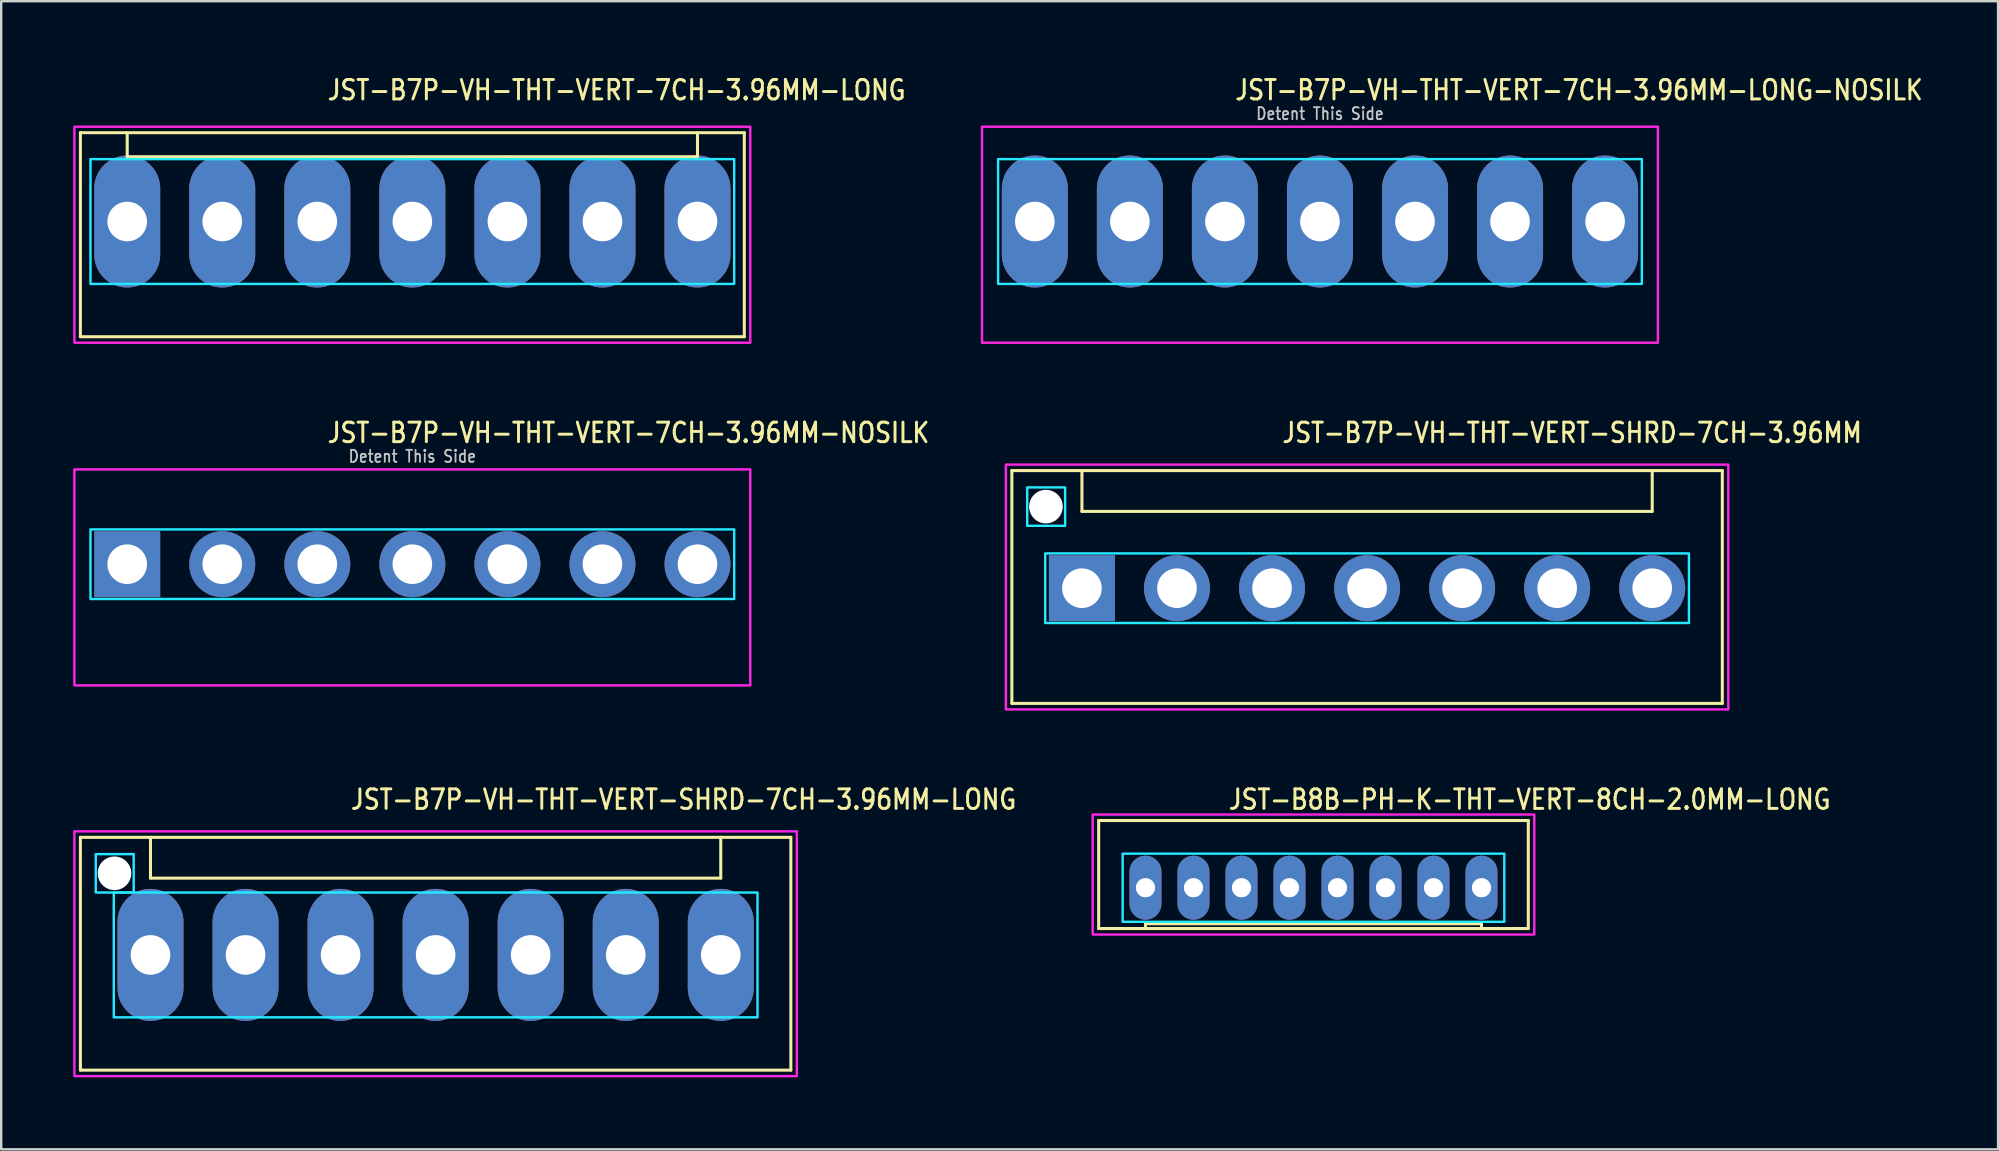
<source format=kicad_pcb>
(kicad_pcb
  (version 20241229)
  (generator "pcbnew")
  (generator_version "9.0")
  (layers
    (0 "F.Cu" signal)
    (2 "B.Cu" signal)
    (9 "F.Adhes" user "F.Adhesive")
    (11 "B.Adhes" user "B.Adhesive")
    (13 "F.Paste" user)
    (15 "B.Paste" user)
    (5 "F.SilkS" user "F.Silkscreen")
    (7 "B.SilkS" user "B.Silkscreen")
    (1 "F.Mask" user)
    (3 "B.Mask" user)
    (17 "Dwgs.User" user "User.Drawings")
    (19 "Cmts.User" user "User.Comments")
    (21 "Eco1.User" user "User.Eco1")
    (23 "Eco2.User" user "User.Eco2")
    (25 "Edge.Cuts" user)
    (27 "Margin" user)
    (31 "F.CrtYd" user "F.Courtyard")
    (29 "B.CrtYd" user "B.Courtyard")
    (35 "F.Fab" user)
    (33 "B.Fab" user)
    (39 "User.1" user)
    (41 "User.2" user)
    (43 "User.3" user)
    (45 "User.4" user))
  (footprint "JST-B7P-VH-THT-VERT-SHRD-7CH-3.96MM"
    (layer "F.Cu")
    (at 53.908 21.457)
    (property "Reference" "JST-B7P-VH-THT-VERT-SHRD-7CH-3.96MM" (at -3.6 -6 0) (unlocked yes) (layer "F.SilkS") (effects (font (size 0.813 0.695) (thickness 0.122)) (justify left bottom)))
    (fp_line (start -14.8 -4.9) (end 14.8 -4.9) (stroke (width 0.127) (type solid)) (layer "F.SilkS"))
    (fp_line (start -14.8 4.8) (end -14.8 -4.9) (stroke (width 0.127) (type solid)) (layer "F.SilkS"))
    (fp_line (start -14.8 4.8) (end 14.8 4.8) (stroke (width 0.127) (type solid)) (layer "F.SilkS"))
    (fp_line (start -11.88 -4.9) (end -11.88 -3.2) (stroke (width 0.127) (type solid)) (layer "F.SilkS"))
    (fp_line (start -11.88 -3.2) (end 11.88 -3.2) (stroke (width 0.127) (type solid)) (layer "F.SilkS"))
    (fp_line (start 11.88 -4.9) (end 11.88 -3.2) (stroke (width 0.127) (type solid)) (layer "F.SilkS"))
    (fp_line (start 14.8 -4.9) (end 14.8 4.8) (stroke (width 0.127) (type solid)) (layer "F.SilkS"))
    (fp_poly (pts (xy -13.41 -1.45) (xy -13.41 1.45) (xy 13.41 1.45) (xy 13.41 -1.45)) (stroke (width 0.1) (type solid)) (fill no) (layer "B.CrtYd"))
    (fp_poly (pts (xy -12.58 -4.2) (xy -12.58 -2.6) (xy -14.16 -2.6) (xy -14.16 -4.2)) (stroke (width 0.1) (type solid)) (fill no) (layer "B.CrtYd"))
    (fp_poly (pts (xy -15.05 -5.15) (xy -15.05 5.05) (xy 15.05 5.05) (xy 15.05 -5.15)) (stroke (width 0.1) (type solid)) (fill no) (layer "F.CrtYd"))
    (pad "" np_thru_hole circle (at -13.38 -3.4) (size 1.4 1.4) (drill 1.4) (layers "*.Cu" "*.Mask"))
    (pad "P$1" thru_hole rect (at -11.88 0) (size 2.75 2.75) (drill 1.65) (layers "*.Cu" "*.Mask"))
    (pad "P$2" thru_hole oval (at -7.92 0) (size 2.75 2.75) (drill 1.65) (layers "*.Cu" "*.Mask"))
    (pad "P$3" thru_hole oval (at -3.96 0) (size 2.75 2.75) (drill 1.65) (layers "*.Cu" "*.Mask"))
    (pad "P$4" thru_hole oval (at 0 0) (size 2.75 2.75) (drill 1.65) (layers "*.Cu" "*.Mask"))
    (pad "P$5" thru_hole oval (at 3.96 0) (size 2.75 2.75) (drill 1.65) (layers "*.Cu" "*.Mask"))
    (pad "P$6" thru_hole oval (at 7.92 0) (size 2.75 2.75) (drill 1.65) (layers "*.Cu" "*.Mask"))
    (pad "P$7" thru_hole oval (at 11.88 0) (size 2.75 2.75) (drill 1.65) (layers "*.Cu" "*.Mask")))
  (footprint "JST-B7P-VH-THT-VERT-7CH-3.96MM-NOSILK"
    (layer "F.Cu")
    (at 14.13 20.457)
    (property "Reference" "JST-B7P-VH-THT-VERT-7CH-3.96MM-NOSILK" (at -3.6 -5 0) (unlocked yes) (layer "F.SilkS") (effects (font (size 0.813 0.695) (thickness 0.122)) (justify left bottom)))
    (fp_poly (pts (xy -13.41 -1.45) (xy -13.41 1.45) (xy 13.41 1.45) (xy 13.41 -1.45)) (stroke (width 0.1) (type solid)) (fill no) (layer "B.CrtYd"))
    (fp_poly (pts (xy -14.08 -3.95) (xy -14.08 5.05) (xy 14.08 5.05) (xy 14.08 -3.95)) (stroke (width 0.1) (type solid)) (fill no) (layer "F.CrtYd"))
    (fp_text user "Detent This Side" (at 0 -4.2 0) (unlocked yes) (layer "Dwgs.User") (effects (font (size 0.5 0.427) (thickness 0.075)) (justify bottom)))
    (pad "P$1" thru_hole rect (at -11.88 0) (size 2.75 2.75) (drill 1.65) (layers "*.Cu" "*.Mask"))
    (pad "P$2" thru_hole oval (at -7.92 0) (size 2.75 2.75) (drill 1.65) (layers "*.Cu" "*.Mask"))
    (pad "P$3" thru_hole oval (at -3.96 0) (size 2.75 2.75) (drill 1.65) (layers "*.Cu" "*.Mask"))
    (pad "P$4" thru_hole oval (at 0 0) (size 2.75 2.75) (drill 1.65) (layers "*.Cu" "*.Mask"))
    (pad "P$5" thru_hole oval (at 3.96 0) (size 2.75 2.75) (drill 1.65) (layers "*.Cu" "*.Mask"))
    (pad "P$6" thru_hole oval (at 7.92 0) (size 2.75 2.75) (drill 1.65) (layers "*.Cu" "*.Mask"))
    (pad "P$7" thru_hole oval (at 11.88 0) (size 2.75 2.75) (drill 1.65) (layers "*.Cu" "*.Mask")))
  (footprint "JST-B7P-VH-THT-VERT-7CH-3.96MM-LONG"
    (layer "F.Cu")
    (at 14.13 6.179)
    (property "Reference" "JST-B7P-VH-THT-VERT-7CH-3.96MM-LONG" (at -3.6 -5 0) (unlocked yes) (layer "F.SilkS") (effects (font (size 0.813 0.695) (thickness 0.122)) (justify left bottom)))
    (fp_line (start -13.83 -3.7) (end 13.83 -3.7) (stroke (width 0.127) (type solid)) (layer "F.SilkS"))
    (fp_line (start -13.83 4.8) (end -13.83 -3.7) (stroke (width 0.127) (type solid)) (layer "F.SilkS"))
    (fp_line (start -13.83 4.8) (end 13.83 4.8) (stroke (width 0.127) (type solid)) (layer "F.SilkS"))
    (fp_line (start -11.88 -3.7) (end -11.88 -2.7) (stroke (width 0.127) (type solid)) (layer "F.SilkS"))
    (fp_line (start -11.88 -2.7) (end 11.88 -2.7) (stroke (width 0.127) (type solid)) (layer "F.SilkS"))
    (fp_line (start 11.88 -3.7) (end 11.88 -2.7) (stroke (width 0.127) (type solid)) (layer "F.SilkS"))
    (fp_line (start 13.83 -3.7) (end 13.83 4.8) (stroke (width 0.127) (type solid)) (layer "F.SilkS"))
    (fp_poly (pts (xy -13.41 -2.6) (xy -13.41 2.6) (xy 13.41 2.6) (xy 13.41 -2.6)) (stroke (width 0.1) (type solid)) (fill no) (layer "B.CrtYd"))
    (fp_poly (pts (xy -14.08 -3.95) (xy -14.08 5.05) (xy 14.08 5.05) (xy 14.08 -3.95)) (stroke (width 0.1) (type solid)) (fill no) (layer "F.CrtYd"))
    (pad "P$1" thru_hole oval (at -11.88 0 90) (size 5.5 2.75) (drill 1.65) (layers "*.Cu" "*.Mask"))
    (pad "P$2" thru_hole oval (at -7.92 0 90) (size 5.5 2.75) (drill 1.65) (layers "*.Cu" "*.Mask"))
    (pad "P$3" thru_hole oval (at -3.96 0 90) (size 5.5 2.75) (drill 1.65) (layers "*.Cu" "*.Mask"))
    (pad "P$4" thru_hole oval (at 0 0 90) (size 5.5 2.75) (drill 1.65) (layers "*.Cu" "*.Mask"))
    (pad "P$5" thru_hole oval (at 3.96 0 90) (size 5.5 2.75) (drill 1.65) (layers "*.Cu" "*.Mask"))
    (pad "P$6" thru_hole oval (at 7.92 0 90) (size 5.5 2.75) (drill 1.65) (layers "*.Cu" "*.Mask"))
    (pad "P$7" thru_hole oval (at 11.88 0 90) (size 5.5 2.75) (drill 1.65) (layers "*.Cu" "*.Mask")))
  (footprint "JST-B7P-VH-THT-VERT-7CH-3.96MM-LONG-NOSILK"
    (layer "F.Cu")
    (at 51.945 6.179)
    (property "Reference" "JST-B7P-VH-THT-VERT-7CH-3.96MM-LONG-NOSILK" (at -3.6 -5 0) (unlocked yes) (layer "F.SilkS") (effects (font (size 0.813 0.695) (thickness 0.122)) (justify left bottom)))
    (fp_poly (pts (xy -13.41 -2.6) (xy -13.41 2.6) (xy 13.41 2.6) (xy 13.41 -2.6)) (stroke (width 0.1) (type solid)) (fill no) (layer "B.CrtYd"))
    (fp_poly (pts (xy -14.08 -3.95) (xy -14.08 5.05) (xy 14.08 5.05) (xy 14.08 -3.95)) (stroke (width 0.1) (type solid)) (fill no) (layer "F.CrtYd"))
    (fp_text user "Detent This Side" (at 0 -4.2 0) (unlocked yes) (layer "Dwgs.User") (effects (font (size 0.5 0.427) (thickness 0.075)) (justify bottom)))
    (pad "P$1" thru_hole oval (at -11.88 0 90) (size 5.5 2.75) (drill 1.65) (layers "*.Cu" "*.Mask"))
    (pad "P$2" thru_hole oval (at -7.92 0 90) (size 5.5 2.75) (drill 1.65) (layers "*.Cu" "*.Mask"))
    (pad "P$3" thru_hole oval (at -3.96 0 90) (size 5.5 2.75) (drill 1.65) (layers "*.Cu" "*.Mask"))
    (pad "P$4" thru_hole oval (at 0 0 90) (size 5.5 2.75) (drill 1.65) (layers "*.Cu" "*.Mask"))
    (pad "P$5" thru_hole oval (at 3.96 0 90) (size 5.5 2.75) (drill 1.65) (layers "*.Cu" "*.Mask"))
    (pad "P$6" thru_hole oval (at 7.92 0 90) (size 5.5 2.75) (drill 1.65) (layers "*.Cu" "*.Mask"))
    (pad "P$7" thru_hole oval (at 11.88 0 90) (size 5.5 2.75) (drill 1.65) (layers "*.Cu" "*.Mask")))
  (footprint "JST-B7P-VH-THT-VERT-SHRD-7CH-3.96MM-LONG"
    (layer "F.Cu")
    (at 15.1 36.736)
    (property "Reference" "JST-B7P-VH-THT-VERT-SHRD-7CH-3.96MM-LONG" (at -3.6 -6 0) (unlocked yes) (layer "F.SilkS") (effects (font (size 0.813 0.695) (thickness 0.122)) (justify left bottom)))
    (fp_line (start -14.8 -4.9) (end 14.8 -4.9) (stroke (width 0.127) (type solid)) (layer "F.SilkS"))
    (fp_line (start -14.8 4.8) (end -14.8 -4.9) (stroke (width 0.127) (type solid)) (layer "F.SilkS"))
    (fp_line (start -14.8 4.8) (end 14.8 4.8) (stroke (width 0.127) (type solid)) (layer "F.SilkS"))
    (fp_line (start -11.88 -4.9) (end -11.88 -3.2) (stroke (width 0.127) (type solid)) (layer "F.SilkS"))
    (fp_line (start -11.88 -3.2) (end 11.88 -3.2) (stroke (width 0.127) (type solid)) (layer "F.SilkS"))
    (fp_line (start 11.88 -4.9) (end 11.88 -3.2) (stroke (width 0.127) (type solid)) (layer "F.SilkS"))
    (fp_line (start 14.8 -4.9) (end 14.8 4.8) (stroke (width 0.127) (type solid)) (layer "F.SilkS"))
    (fp_poly (pts (xy -13.41 -2.6) (xy -13.41 2.6) (xy 13.41 2.6) (xy 13.41 -2.6)) (stroke (width 0.1) (type solid)) (fill no) (layer "B.CrtYd"))
    (fp_poly (pts (xy -12.58 -4.2) (xy -12.58 -2.6) (xy -14.16 -2.6) (xy -14.16 -4.2)) (stroke (width 0.1) (type solid)) (fill no) (layer "B.CrtYd"))
    (fp_poly (pts (xy -15.05 -5.15) (xy -15.05 5.05) (xy 15.05 5.05) (xy 15.05 -5.15)) (stroke (width 0.1) (type solid)) (fill no) (layer "F.CrtYd"))
    (pad "" np_thru_hole circle (at -13.38 -3.4) (size 1.4 1.4) (drill 1.4) (layers "*.Cu" "*.Mask"))
    (pad "P$1" thru_hole oval (at -11.88 0 90) (size 5.5 2.75) (drill 1.65) (layers "*.Cu" "*.Mask"))
    (pad "P$2" thru_hole oval (at -7.92 0 90) (size 5.5 2.75) (drill 1.65) (layers "*.Cu" "*.Mask"))
    (pad "P$3" thru_hole oval (at -3.96 0 90) (size 5.5 2.75) (drill 1.65) (layers "*.Cu" "*.Mask"))
    (pad "P$4" thru_hole oval (at 0 0 90) (size 5.5 2.75) (drill 1.65) (layers "*.Cu" "*.Mask"))
    (pad "P$5" thru_hole oval (at 3.96 0 90) (size 5.5 2.75) (drill 1.65) (layers "*.Cu" "*.Mask"))
    (pad "P$6" thru_hole oval (at 7.92 0 90) (size 5.5 2.75) (drill 1.65) (layers "*.Cu" "*.Mask"))
    (pad "P$7" thru_hole oval (at 11.88 0 90) (size 5.5 2.75) (drill 1.65) (layers "*.Cu" "*.Mask")))
  (footprint "JST-B8B-PH-K-THT-VERT-8CH-2.0MM-LONG"
    (layer "F.Cu")
    (at 51.675 33.936)
    (property "Reference" "JST-B8B-PH-K-THT-VERT-8CH-2.0MM-LONG" (at -3.6 -3.2 0) (unlocked yes) (layer "F.SilkS") (effects (font (size 0.813 0.695) (thickness 0.122)) (justify left bottom)))
    (fp_line (start -8.95 -2.8) (end -8.95 1.7) (stroke (width 0.127) (type solid)) (layer "F.SilkS"))
    (fp_line (start -8.95 -2.8) (end 8.95 -2.8) (stroke (width 0.127) (type solid)) (layer "F.SilkS"))
    (fp_line (start -8.95 1.7) (end 8.95 1.7) (stroke (width 0.127) (type solid)) (layer "F.SilkS"))
    (fp_line (start -7 1.7) (end -7 1.5) (stroke (width 0.127) (type solid)) (layer "F.SilkS"))
    (fp_line (start 7 1.5) (end -7 1.5) (stroke (width 0.127) (type solid)) (layer "F.SilkS"))
    (fp_line (start 7 1.7) (end 7 1.5) (stroke (width 0.127) (type solid)) (layer "F.SilkS"))
    (fp_line (start 8.95 1.7) (end 8.95 -2.8) (stroke (width 0.127) (type solid)) (layer "F.SilkS"))
    (fp_poly (pts (xy -7.95 -1.42) (xy -7.95 1.42) (xy 7.95 1.42) (xy 7.95 -1.42)) (stroke (width 0.1) (type solid)) (fill no) (layer "B.CrtYd"))
    (fp_poly (pts (xy -9.2 1.95) (xy -9.2 -3.05) (xy 9.2 -3.05) (xy 9.2 1.95)) (stroke (width 0.1) (type solid)) (fill no) (layer "F.CrtYd"))
    (pad "P$1" thru_hole oval (at 7 0 90) (size 2.667 1.333) (drill 0.8) (layers "*.Cu" "*.Mask"))
    (pad "P$2" thru_hole oval (at 5 0 90) (size 2.667 1.333) (drill 0.8) (layers "*.Cu" "*.Mask"))
    (pad "P$3" thru_hole oval (at 3 0 90) (size 2.667 1.333) (drill 0.8) (layers "*.Cu" "*.Mask"))
    (pad "P$4" thru_hole oval (at 1 0 90) (size 2.667 1.333) (drill 0.8) (layers "*.Cu" "*.Mask"))
    (pad "P$5" thru_hole oval (at -1 0 90) (size 2.667 1.333) (drill 0.8) (layers "*.Cu" "*.Mask"))
    (pad "P$6" thru_hole oval (at -3 0 90) (size 2.667 1.333) (drill 0.8) (layers "*.Cu" "*.Mask"))
    (pad "P$7" thru_hole oval (at -5 0 90) (size 2.667 1.333) (drill 0.8) (layers "*.Cu" "*.Mask"))
    (pad "P$8" thru_hole oval (at -7 0 90) (size 2.667 1.333) (drill 0.8) (layers "*.Cu" "*.Mask")))
  (gr_rect
    (start -3 -3)
    (end 80.197 44.836)
    (stroke (width 0.1) (type default))
    (fill no)
    (layer "Edge.Cuts")))
</source>
